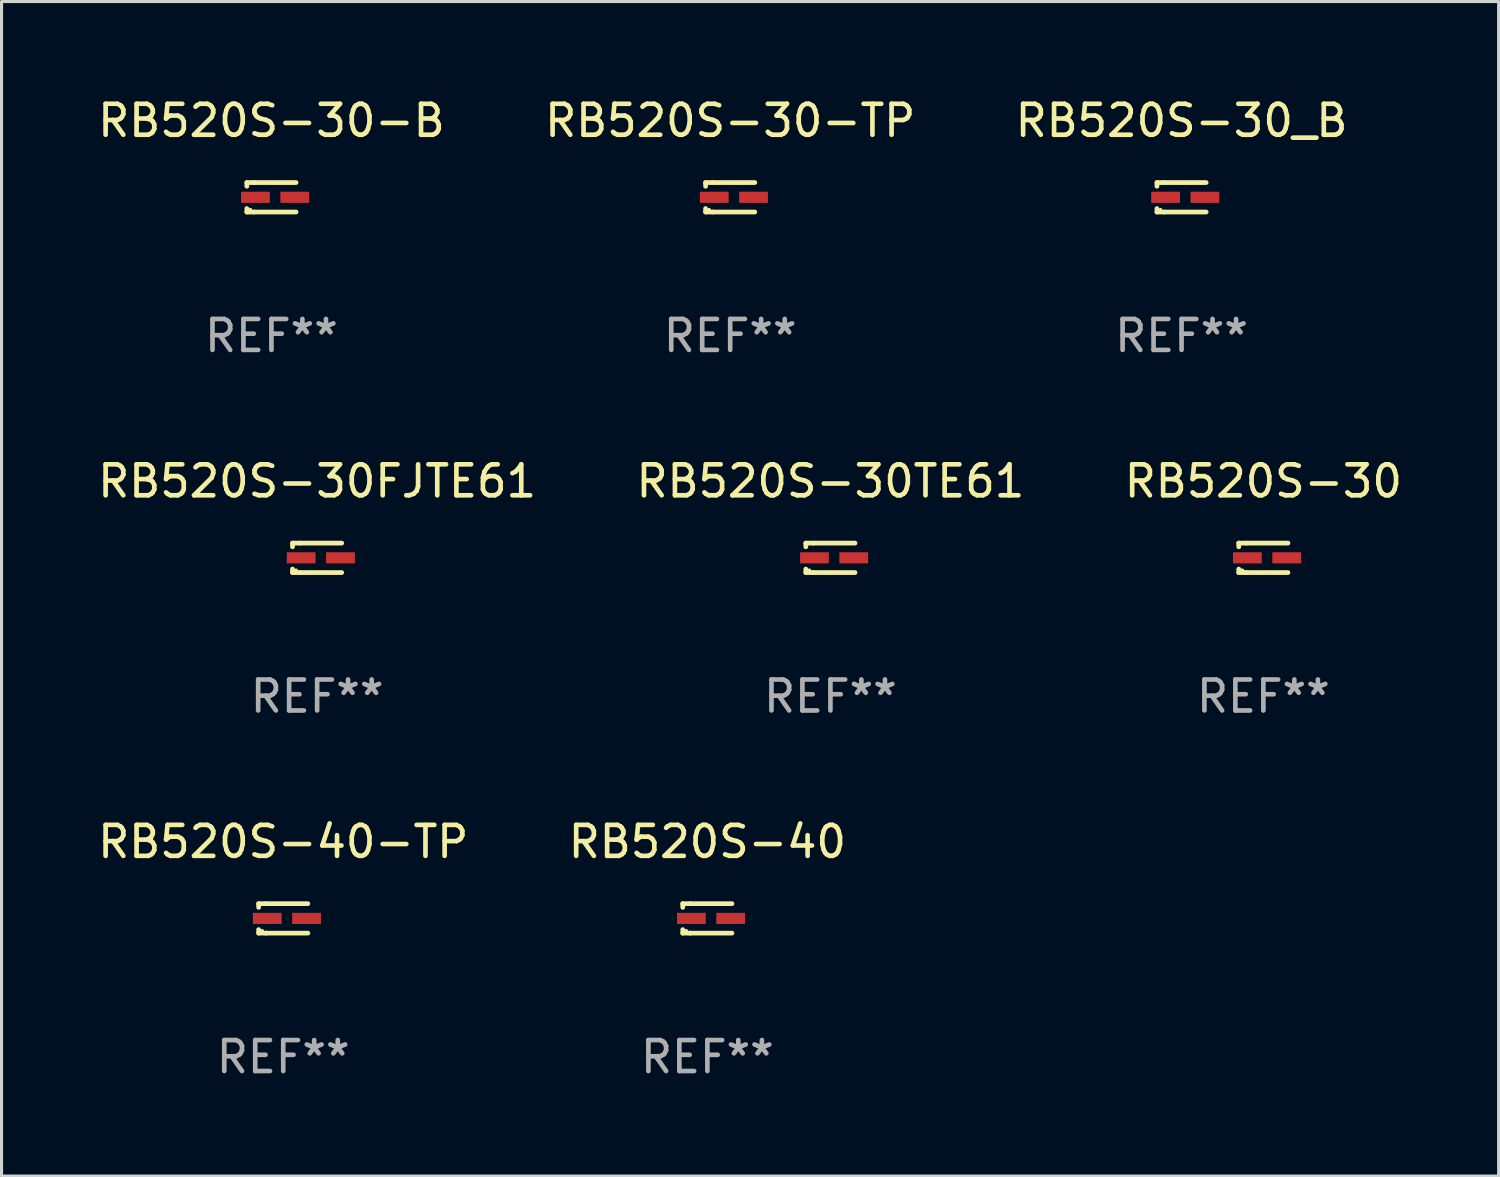
<source format=kicad_pcb>
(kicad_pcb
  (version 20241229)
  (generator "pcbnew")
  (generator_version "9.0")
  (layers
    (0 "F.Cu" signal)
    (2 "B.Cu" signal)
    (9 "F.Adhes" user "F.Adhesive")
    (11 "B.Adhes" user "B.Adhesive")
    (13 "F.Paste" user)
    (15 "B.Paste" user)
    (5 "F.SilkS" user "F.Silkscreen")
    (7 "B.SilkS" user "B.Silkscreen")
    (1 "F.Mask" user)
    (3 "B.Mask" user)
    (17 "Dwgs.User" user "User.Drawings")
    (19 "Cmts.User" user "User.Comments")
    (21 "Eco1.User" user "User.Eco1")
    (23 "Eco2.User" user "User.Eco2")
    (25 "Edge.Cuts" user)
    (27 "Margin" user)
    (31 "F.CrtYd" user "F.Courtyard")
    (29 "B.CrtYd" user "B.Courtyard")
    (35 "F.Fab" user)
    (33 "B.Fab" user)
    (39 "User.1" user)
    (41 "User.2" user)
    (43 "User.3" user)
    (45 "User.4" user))
  (footprint "RB520S-30-TP"
    (layer "F.Cu")
    (at 20.542 3.324)
    (property "Reference" "RB520S-30-TP" (at 0 -2.476 0) (layer "F.SilkS") (effects (font (size 1 1) (thickness 0.15))))
    (attr through_hole)
    (fp_line (start -0.795 -0.476) (end -0.795 -0.356) (stroke (width 0.152) (type solid)) (layer "F.SilkS"))
    (fp_line (start -0.795 0.363) (end -0.795 0.476) (stroke (width 0.152) (type solid)) (layer "F.SilkS"))
    (fp_line (start -0.795 0.476) (end -0.557 0.476) (stroke (width 0.152) (type solid)) (layer "F.SilkS"))
    (fp_line (start -0.557 -0.476) (end -0.795 -0.476) (stroke (width 0.152) (type solid)) (layer "F.SilkS"))
    (fp_line (start -0.557 -0.476) (end 0.795 -0.476) (stroke (width 0.152) (type solid)) (layer "F.SilkS"))
    (fp_line (start -0.557 0.476) (end 0.795 0.476) (stroke (width 0.152) (type solid)) (layer "F.SilkS"))
    (fp_circle (center -0.681 0.4) (end -0.651 0.4) (stroke (width 0.06) (type solid)) (fill no) (layer "F.SilkS"))
    (fp_text user "REF**" (at 0 4.476 0) (layer "F.Fab") (effects (font (size 1 1) (thickness 0.15))))
    (pad "1" smd rect (at -0.516 0 180) (size 0.93 0.36) (layers "F.Cu" "F.Mask" "F.Paste"))
    (pad "2" smd rect (at 0.754 0 180) (size 0.93 0.36) (layers "F.Cu" "F.Mask" "F.Paste")))
  (footprint "RB520S-30"
    (layer "F.Cu")
    (at 37.768 14.973)
    (property "Reference" "RB520S-30" (at 0 -2.476 0) (layer "F.SilkS") (effects (font (size 1 1) (thickness 0.15))))
    (attr through_hole)
    (fp_line (start -0.795 -0.476) (end -0.795 -0.356) (stroke (width 0.152) (type solid)) (layer "F.SilkS"))
    (fp_line (start -0.795 0.363) (end -0.795 0.476) (stroke (width 0.152) (type solid)) (layer "F.SilkS"))
    (fp_line (start -0.795 0.476) (end -0.557 0.476) (stroke (width 0.152) (type solid)) (layer "F.SilkS"))
    (fp_line (start -0.557 -0.476) (end -0.795 -0.476) (stroke (width 0.152) (type solid)) (layer "F.SilkS"))
    (fp_line (start -0.557 -0.476) (end 0.795 -0.476) (stroke (width 0.152) (type solid)) (layer "F.SilkS"))
    (fp_line (start -0.557 0.476) (end 0.795 0.476) (stroke (width 0.152) (type solid)) (layer "F.SilkS"))
    (fp_circle (center -0.681 0.4) (end -0.651 0.4) (stroke (width 0.06) (type solid)) (fill no) (layer "F.SilkS"))
    (fp_text user "REF**" (at 0 4.476 0) (layer "F.Fab") (effects (font (size 1 1) (thickness 0.15))))
    (pad "1" smd rect (at -0.516 0 180) (size 0.93 0.36) (layers "F.Cu" "F.Mask" "F.Paste"))
    (pad "2" smd rect (at 0.754 0 180) (size 0.93 0.36) (layers "F.Cu" "F.Mask" "F.Paste")))
  (footprint "RB520S-30FJTE61"
    (layer "F.Cu")
    (at 7.196 14.973)
    (property "Reference" "RB520S-30FJTE61" (at 0 -2.476 0) (layer "F.SilkS") (effects (font (size 1 1) (thickness 0.15))))
    (attr through_hole)
    (fp_line (start -0.795 -0.476) (end -0.795 -0.356) (stroke (width 0.152) (type solid)) (layer "F.SilkS"))
    (fp_line (start -0.795 0.363) (end -0.795 0.476) (stroke (width 0.152) (type solid)) (layer "F.SilkS"))
    (fp_line (start -0.795 0.476) (end -0.557 0.476) (stroke (width 0.152) (type solid)) (layer "F.SilkS"))
    (fp_line (start -0.557 -0.476) (end -0.795 -0.476) (stroke (width 0.152) (type solid)) (layer "F.SilkS"))
    (fp_line (start -0.557 -0.476) (end 0.795 -0.476) (stroke (width 0.152) (type solid)) (layer "F.SilkS"))
    (fp_line (start -0.557 0.476) (end 0.795 0.476) (stroke (width 0.152) (type solid)) (layer "F.SilkS"))
    (fp_circle (center -0.681 0.4) (end -0.651 0.4) (stroke (width 0.06) (type solid)) (fill no) (layer "F.SilkS"))
    (fp_text user "REF**" (at 0 4.476 0) (layer "F.Fab") (effects (font (size 1 1) (thickness 0.15))))
    (pad "1" smd rect (at -0.516 0 180) (size 0.93 0.36) (layers "F.Cu" "F.Mask" "F.Paste"))
    (pad "2" smd rect (at 0.754 0 180) (size 0.93 0.36) (layers "F.Cu" "F.Mask" "F.Paste")))
  (footprint "RB520S-40-TP"
    (layer "F.Cu")
    (at 6.101 26.622)
    (property "Reference" "RB520S-40-TP" (at 0 -2.476 0) (layer "F.SilkS") (effects (font (size 1 1) (thickness 0.15))))
    (attr through_hole)
    (fp_line (start -0.795 -0.476) (end -0.795 -0.356) (stroke (width 0.152) (type solid)) (layer "F.SilkS"))
    (fp_line (start -0.795 0.363) (end -0.795 0.476) (stroke (width 0.152) (type solid)) (layer "F.SilkS"))
    (fp_line (start -0.795 0.476) (end -0.557 0.476) (stroke (width 0.152) (type solid)) (layer "F.SilkS"))
    (fp_line (start -0.557 -0.476) (end -0.795 -0.476) (stroke (width 0.152) (type solid)) (layer "F.SilkS"))
    (fp_line (start -0.557 -0.476) (end 0.795 -0.476) (stroke (width 0.152) (type solid)) (layer "F.SilkS"))
    (fp_line (start -0.557 0.476) (end 0.795 0.476) (stroke (width 0.152) (type solid)) (layer "F.SilkS"))
    (fp_circle (center -0.681 0.4) (end -0.651 0.4) (stroke (width 0.06) (type solid)) (fill no) (layer "F.SilkS"))
    (fp_text user "REF**" (at 0 4.476 0) (layer "F.Fab") (effects (font (size 1 1) (thickness 0.15))))
    (pad "1" smd rect (at -0.516 0 180) (size 0.93 0.36) (layers "F.Cu" "F.Mask" "F.Paste"))
    (pad "2" smd rect (at 0.754 0 180) (size 0.93 0.36) (layers "F.Cu" "F.Mask" "F.Paste")))
  (footprint "RB520S-30TE61"
    (layer "F.Cu")
    (at 23.78 14.973)
    (property "Reference" "RB520S-30TE61" (at 0 -2.476 0) (layer "F.SilkS") (effects (font (size 1 1) (thickness 0.15))))
    (attr through_hole)
    (fp_line (start -0.795 -0.476) (end -0.795 -0.356) (stroke (width 0.152) (type solid)) (layer "F.SilkS"))
    (fp_line (start -0.795 0.363) (end -0.795 0.476) (stroke (width 0.152) (type solid)) (layer "F.SilkS"))
    (fp_line (start -0.795 0.476) (end -0.557 0.476) (stroke (width 0.152) (type solid)) (layer "F.SilkS"))
    (fp_line (start -0.557 -0.476) (end -0.795 -0.476) (stroke (width 0.152) (type solid)) (layer "F.SilkS"))
    (fp_line (start -0.557 -0.476) (end 0.795 -0.476) (stroke (width 0.152) (type solid)) (layer "F.SilkS"))
    (fp_line (start -0.557 0.476) (end 0.795 0.476) (stroke (width 0.152) (type solid)) (layer "F.SilkS"))
    (fp_circle (center -0.681 0.4) (end -0.651 0.4) (stroke (width 0.06) (type solid)) (fill no) (layer "F.SilkS"))
    (fp_text user "REF**" (at 0 4.476 0) (layer "F.Fab") (effects (font (size 1 1) (thickness 0.15))))
    (pad "1" smd rect (at -0.516 0 180) (size 0.93 0.36) (layers "F.Cu" "F.Mask" "F.Paste"))
    (pad "2" smd rect (at 0.754 0 180) (size 0.93 0.36) (layers "F.Cu" "F.Mask" "F.Paste")))
  (footprint "RB520S-40"
    (layer "F.Cu")
    (at 19.804 26.622)
    (property "Reference" "RB520S-40" (at 0 -2.476 0) (layer "F.SilkS") (effects (font (size 1 1) (thickness 0.15))))
    (attr through_hole)
    (fp_line (start -0.795 -0.476) (end -0.795 -0.356) (stroke (width 0.152) (type solid)) (layer "F.SilkS"))
    (fp_line (start -0.795 0.363) (end -0.795 0.476) (stroke (width 0.152) (type solid)) (layer "F.SilkS"))
    (fp_line (start -0.795 0.476) (end -0.557 0.476) (stroke (width 0.152) (type solid)) (layer "F.SilkS"))
    (fp_line (start -0.557 -0.476) (end -0.795 -0.476) (stroke (width 0.152) (type solid)) (layer "F.SilkS"))
    (fp_line (start -0.557 -0.476) (end 0.795 -0.476) (stroke (width 0.152) (type solid)) (layer "F.SilkS"))
    (fp_line (start -0.557 0.476) (end 0.795 0.476) (stroke (width 0.152) (type solid)) (layer "F.SilkS"))
    (fp_circle (center -0.681 0.4) (end -0.651 0.4) (stroke (width 0.06) (type solid)) (fill no) (layer "F.SilkS"))
    (fp_text user "REF**" (at 0 4.476 0) (layer "F.Fab") (effects (font (size 1 1) (thickness 0.15))))
    (pad "1" smd rect (at -0.516 0 180) (size 0.93 0.36) (layers "F.Cu" "F.Mask" "F.Paste"))
    (pad "2" smd rect (at 0.754 0 180) (size 0.93 0.36) (layers "F.Cu" "F.Mask" "F.Paste")))
  (footprint "RB520S-30-B"
    (layer "F.Cu")
    (at 5.72 3.324)
    (property "Reference" "RB520S-30-B" (at 0 -2.476 0) (layer "F.SilkS") (effects (font (size 1 1) (thickness 0.15))))
    (attr through_hole)
    (fp_line (start -0.795 -0.476) (end -0.795 -0.356) (stroke (width 0.152) (type solid)) (layer "F.SilkS"))
    (fp_line (start -0.795 0.363) (end -0.795 0.476) (stroke (width 0.152) (type solid)) (layer "F.SilkS"))
    (fp_line (start -0.795 0.476) (end -0.557 0.476) (stroke (width 0.152) (type solid)) (layer "F.SilkS"))
    (fp_line (start -0.557 -0.476) (end -0.795 -0.476) (stroke (width 0.152) (type solid)) (layer "F.SilkS"))
    (fp_line (start -0.557 -0.476) (end 0.795 -0.476) (stroke (width 0.152) (type solid)) (layer "F.SilkS"))
    (fp_line (start -0.557 0.476) (end 0.795 0.476) (stroke (width 0.152) (type solid)) (layer "F.SilkS"))
    (fp_circle (center -0.681 0.4) (end -0.651 0.4) (stroke (width 0.06) (type solid)) (fill no) (layer "F.SilkS"))
    (fp_text user "REF**" (at 0 4.476 0) (layer "F.Fab") (effects (font (size 1 1) (thickness 0.15))))
    (pad "1" smd rect (at -0.516 0 180) (size 0.93 0.36) (layers "F.Cu" "F.Mask" "F.Paste"))
    (pad "2" smd rect (at 0.754 0 180) (size 0.93 0.36) (layers "F.Cu" "F.Mask" "F.Paste")))
  (footprint "RB520S-30_B"
    (layer "F.Cu")
    (at 35.125 3.324)
    (property "Reference" "RB520S-30_B" (at 0 -2.476 0) (layer "F.SilkS") (effects (font (size 1 1) (thickness 0.15))))
    (attr through_hole)
    (fp_line (start -0.795 -0.476) (end -0.795 -0.356) (stroke (width 0.152) (type solid)) (layer "F.SilkS"))
    (fp_line (start -0.795 0.363) (end -0.795 0.476) (stroke (width 0.152) (type solid)) (layer "F.SilkS"))
    (fp_line (start -0.795 0.476) (end -0.557 0.476) (stroke (width 0.152) (type solid)) (layer "F.SilkS"))
    (fp_line (start -0.557 -0.476) (end -0.795 -0.476) (stroke (width 0.152) (type solid)) (layer "F.SilkS"))
    (fp_line (start -0.557 -0.476) (end 0.795 -0.476) (stroke (width 0.152) (type solid)) (layer "F.SilkS"))
    (fp_line (start -0.557 0.476) (end 0.795 0.476) (stroke (width 0.152) (type solid)) (layer "F.SilkS"))
    (fp_circle (center -0.681 0.4) (end -0.651 0.4) (stroke (width 0.06) (type solid)) (fill no) (layer "F.SilkS"))
    (fp_text user "REF**" (at 0 4.476 0) (layer "F.Fab") (effects (font (size 1 1) (thickness 0.15))))
    (pad "1" smd rect (at -0.516 0 180) (size 0.93 0.36) (layers "F.Cu" "F.Mask" "F.Paste"))
    (pad "2" smd rect (at 0.754 0 180) (size 0.93 0.36) (layers "F.Cu" "F.Mask" "F.Paste")))
  (gr_rect
    (start -3 -3)
    (end 45.369 34.947)
    (stroke (width 0.1) (type default))
    (fill no)
    (layer "Edge.Cuts")))
</source>
